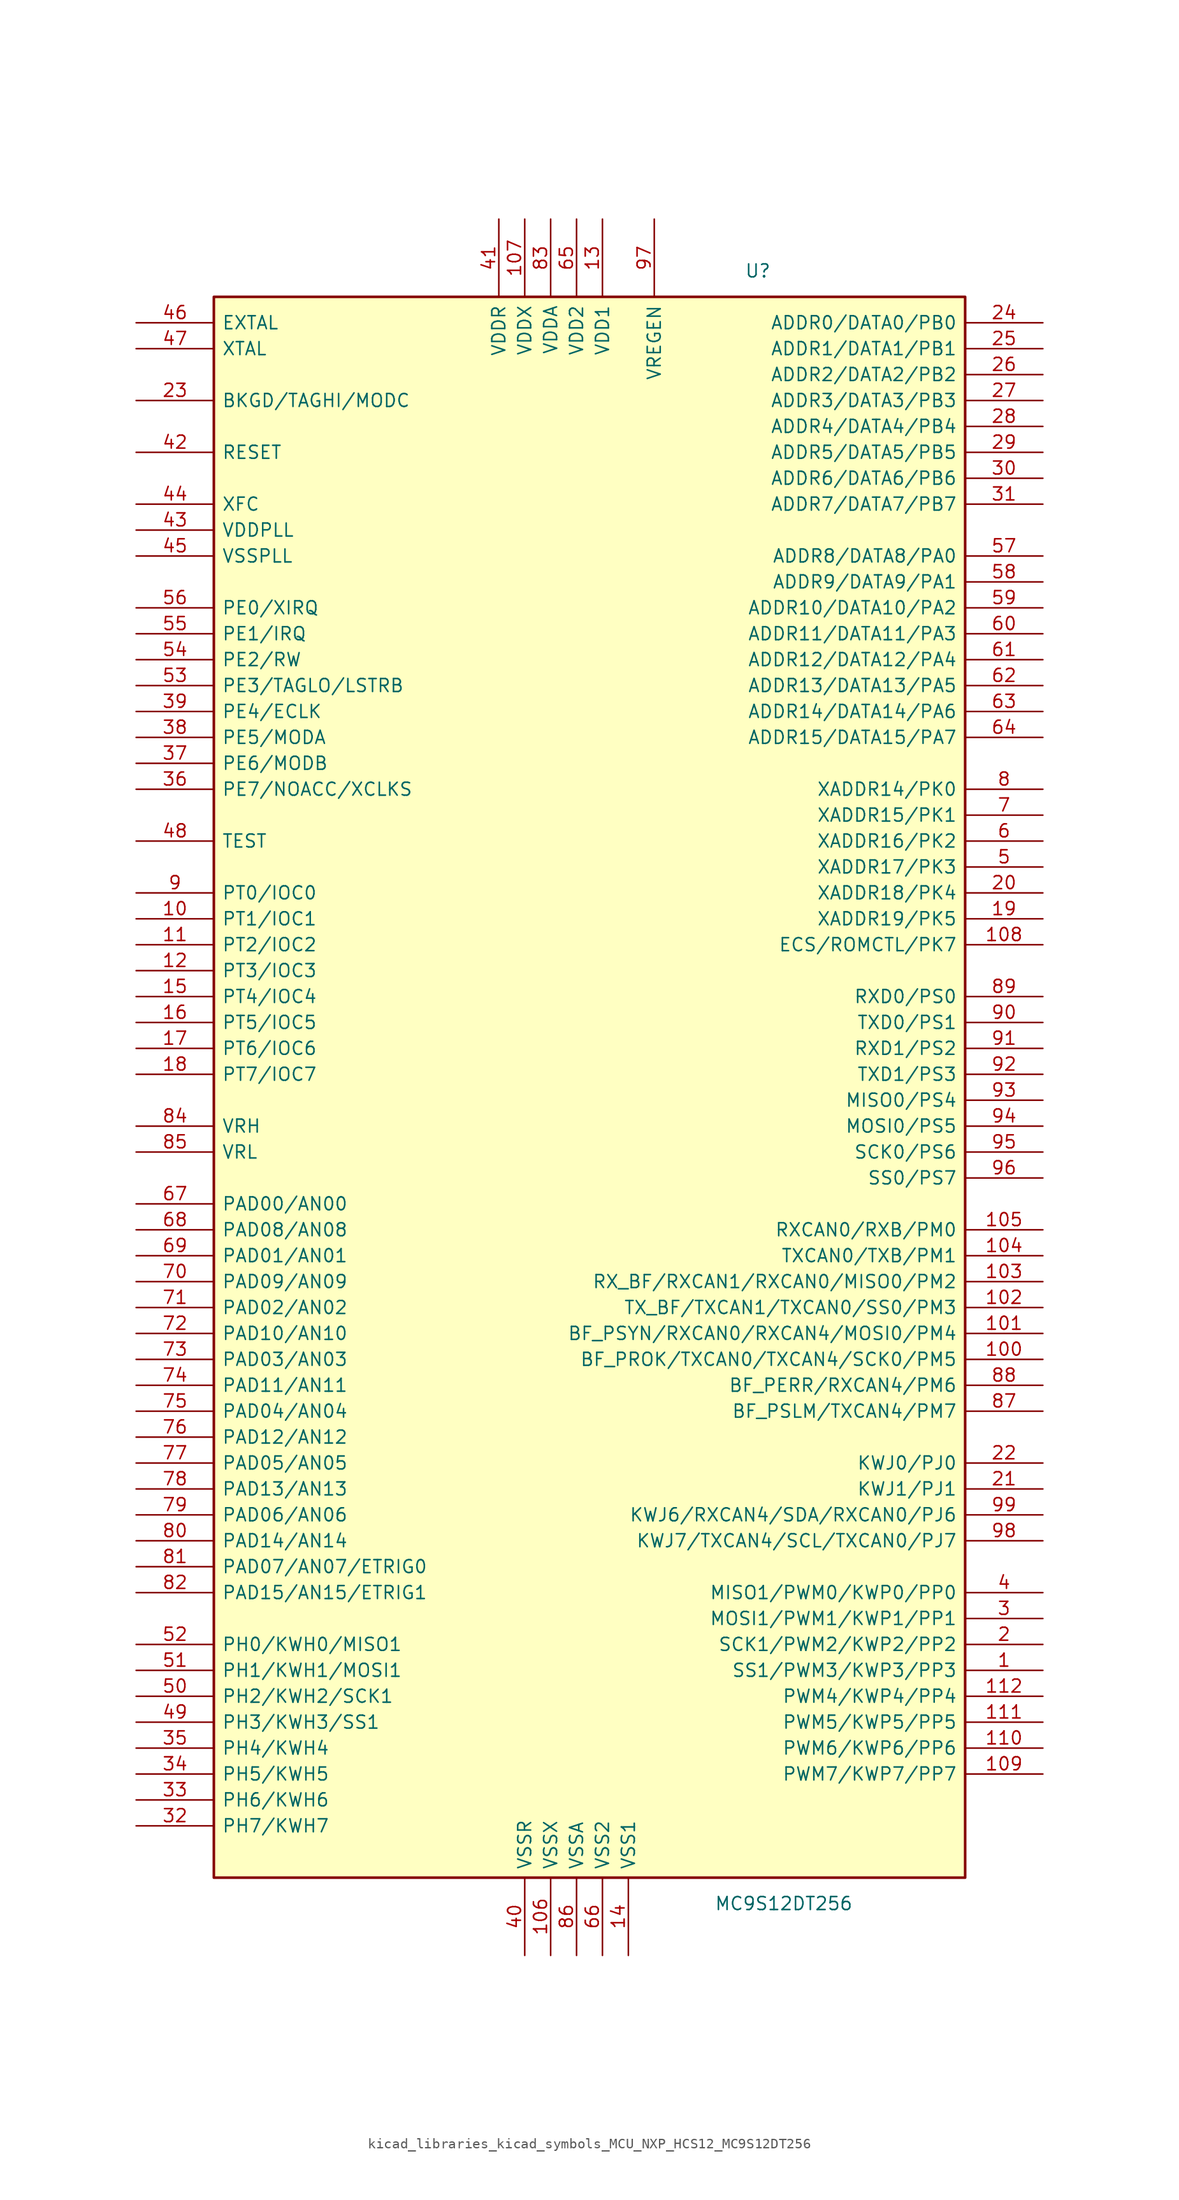
<source format=kicad_sym>
(kicad_symbol_lib
  (version 20220914)
  (generator kicad_symbol_editor)
  (symbol "kicad_libraries_kicad_symbols_MCU_NXP_HCS12_MC9S12DT256"
    (pin_names
      (offset 0.762))
    (property "Reference" "U"
      (at 17.78 86.36 0)
      (effects (font (size 1.27 1.27))))
    (property "Value" "MC9S12DT256"
      (at 20.32 -73.66 0)
      (effects (font (size 1.27 1.27))))
    (symbol "kicad_libraries_kicad_symbols_MCU_NXP_HCS12_MC9S12DT256_0_1"
      (rectangle (start -35.56 83.82) (end 38.1 -71.12) (stroke (width 0.254) (type default)) (fill (type background))))
    (symbol "kicad_libraries_kicad_symbols_MCU_NXP_HCS12_MC9S12DT256_1_1"
      (pin bidirectional line (at 45.72 -50.8 180) (length 7.62) (name "SS1/PWM3/KWP3/PP3" (effects (font (size 1.27 1.27)))) (number "1" (effects (font (size 1.27 1.27)))))
      (pin bidirectional line (at -43.18 22.86 0) (length 7.62) (name "PT1/IOC1" (effects (font (size 1.27 1.27)))) (number "10" (effects (font (size 1.27 1.27)))))
      (pin bidirectional line (at 45.72 -20.32 180) (length 7.62) (name "BF_PROK/TXCAN0/TXCAN4/SCK0/PM5" (effects (font (size 1.27 1.27)))) (number "100" (effects (font (size 1.27 1.27)))))
      (pin bidirectional line (at 45.72 -17.78 180) (length 7.62) (name "BF_PSYN/RXCAN0/RXCAN4/MOSI0/PM4" (effects (font (size 1.27 1.27)))) (number "101" (effects (font (size 1.27 1.27)))))
      (pin bidirectional line (at 45.72 -15.24 180) (length 7.62) (name "TX_BF/TXCAN1/TXCAN0/SS0/PM3" (effects (font (size 1.27 1.27)))) (number "102" (effects (font (size 1.27 1.27)))))
      (pin bidirectional line (at 45.72 -12.7 180) (length 7.62) (name "RX_BF/RXCAN1/RXCAN0/MISO0/PM2" (effects (font (size 1.27 1.27)))) (number "103" (effects (font (size 1.27 1.27)))))
      (pin bidirectional line (at 45.72 -10.16 180) (length 7.62) (name "TXCAN0/TXB/PM1" (effects (font (size 1.27 1.27)))) (number "104" (effects (font (size 1.27 1.27)))))
      (pin bidirectional line (at 45.72 -7.62 180) (length 7.62) (name "RXCAN0/RXB/PM0" (effects (font (size 1.27 1.27)))) (number "105" (effects (font (size 1.27 1.27)))))
      (pin power_in line (at -2.54 -78.74 90) (length 7.62) (name "VSSX" (effects (font (size 1.27 1.27)))) (number "106" (effects (font (size 1.27 1.27)))))
      (pin power_in line (at -5.08 91.44 270) (length 7.62) (name "VDDX" (effects (font (size 1.27 1.27)))) (number "107" (effects (font (size 1.27 1.27)))))
      (pin bidirectional line (at 45.72 20.32 180) (length 7.62) (name "ECS/ROMCTL/PK7" (effects (font (size 1.27 1.27)))) (number "108" (effects (font (size 1.27 1.27)))))
      (pin bidirectional line (at 45.72 -60.96 180) (length 7.62) (name "PWM7/KWP7/PP7" (effects (font (size 1.27 1.27)))) (number "109" (effects (font (size 1.27 1.27)))))
      (pin bidirectional line (at -43.18 20.32 0) (length 7.62) (name "PT2/IOC2" (effects (font (size 1.27 1.27)))) (number "11" (effects (font (size 1.27 1.27)))))
      (pin bidirectional line (at 45.72 -58.42 180) (length 7.62) (name "PWM6/KWP6/PP6" (effects (font (size 1.27 1.27)))) (number "110" (effects (font (size 1.27 1.27)))))
      (pin bidirectional line (at 45.72 -55.88 180) (length 7.62) (name "PWM5/KWP5/PP5" (effects (font (size 1.27 1.27)))) (number "111" (effects (font (size 1.27 1.27)))))
      (pin bidirectional line (at 45.72 -53.34 180) (length 7.62) (name "PWM4/KWP4/PP4" (effects (font (size 1.27 1.27)))) (number "112" (effects (font (size 1.27 1.27)))))
      (pin bidirectional line (at -43.18 17.78 0) (length 7.62) (name "PT3/IOC3" (effects (font (size 1.27 1.27)))) (number "12" (effects (font (size 1.27 1.27)))))
      (pin power_in line (at 2.54 91.44 270) (length 7.62) (name "VDD1" (effects (font (size 1.27 1.27)))) (number "13" (effects (font (size 1.27 1.27)))))
      (pin power_in line (at 5.08 -78.74 90) (length 7.62) (name "VSS1" (effects (font (size 1.27 1.27)))) (number "14" (effects (font (size 1.27 1.27)))))
      (pin bidirectional line (at -43.18 15.24 0) (length 7.62) (name "PT4/IOC4" (effects (font (size 1.27 1.27)))) (number "15" (effects (font (size 1.27 1.27)))))
      (pin bidirectional line (at -43.18 12.7 0) (length 7.62) (name "PT5/IOC5" (effects (font (size 1.27 1.27)))) (number "16" (effects (font (size 1.27 1.27)))))
      (pin bidirectional line (at -43.18 10.16 0) (length 7.62) (name "PT6/IOC6" (effects (font (size 1.27 1.27)))) (number "17" (effects (font (size 1.27 1.27)))))
      (pin bidirectional line (at -43.18 7.62 0) (length 7.62) (name "PT7/IOC7" (effects (font (size 1.27 1.27)))) (number "18" (effects (font (size 1.27 1.27)))))
      (pin bidirectional line (at 45.72 22.86 180) (length 7.62) (name "XADDR19/PK5" (effects (font (size 1.27 1.27)))) (number "19" (effects (font (size 1.27 1.27)))))
      (pin bidirectional line (at 45.72 -48.26 180) (length 7.62) (name "SCK1/PWM2/KWP2/PP2" (effects (font (size 1.27 1.27)))) (number "2" (effects (font (size 1.27 1.27)))))
      (pin bidirectional line (at 45.72 25.4 180) (length 7.62) (name "XADDR18/PK4" (effects (font (size 1.27 1.27)))) (number "20" (effects (font (size 1.27 1.27)))))
      (pin bidirectional line (at 45.72 -33.02 180) (length 7.62) (name "KWJ1/PJ1" (effects (font (size 1.27 1.27)))) (number "21" (effects (font (size 1.27 1.27)))))
      (pin bidirectional line (at 45.72 -30.48 180) (length 7.62) (name "KWJ0/PJ0" (effects (font (size 1.27 1.27)))) (number "22" (effects (font (size 1.27 1.27)))))
      (pin bidirectional line (at -43.18 73.66 0) (length 7.62) (name "BKGD/TAGHI/MODC" (effects (font (size 1.27 1.27)))) (number "23" (effects (font (size 1.27 1.27)))))
      (pin bidirectional line (at 45.72 81.28 180) (length 7.62) (name "ADDR0/DATA0/PB0" (effects (font (size 1.27 1.27)))) (number "24" (effects (font (size 1.27 1.27)))))
      (pin bidirectional line (at 45.72 78.74 180) (length 7.62) (name "ADDR1/DATA1/PB1" (effects (font (size 1.27 1.27)))) (number "25" (effects (font (size 1.27 1.27)))))
      (pin bidirectional line (at 45.72 76.2 180) (length 7.62) (name "ADDR2/DATA2/PB2" (effects (font (size 1.27 1.27)))) (number "26" (effects (font (size 1.27 1.27)))))
      (pin bidirectional line (at 45.72 73.66 180) (length 7.62) (name "ADDR3/DATA3/PB3" (effects (font (size 1.27 1.27)))) (number "27" (effects (font (size 1.27 1.27)))))
      (pin bidirectional line (at 45.72 71.12 180) (length 7.62) (name "ADDR4/DATA4/PB4" (effects (font (size 1.27 1.27)))) (number "28" (effects (font (size 1.27 1.27)))))
      (pin bidirectional line (at 45.72 68.58 180) (length 7.62) (name "ADDR5/DATA5/PB5" (effects (font (size 1.27 1.27)))) (number "29" (effects (font (size 1.27 1.27)))))
      (pin bidirectional line (at 45.72 -45.72 180) (length 7.62) (name "MOSI1/PWM1/KWP1/PP1" (effects (font (size 1.27 1.27)))) (number "3" (effects (font (size 1.27 1.27)))))
      (pin bidirectional line (at 45.72 66.04 180) (length 7.62) (name "ADDR6/DATA6/PB6" (effects (font (size 1.27 1.27)))) (number "30" (effects (font (size 1.27 1.27)))))
      (pin bidirectional line (at 45.72 63.5 180) (length 7.62) (name "ADDR7/DATA7/PB7" (effects (font (size 1.27 1.27)))) (number "31" (effects (font (size 1.27 1.27)))))
      (pin bidirectional line (at -43.18 -66.04 0) (length 7.62) (name "PH7/KWH7" (effects (font (size 1.27 1.27)))) (number "32" (effects (font (size 1.27 1.27)))))
      (pin bidirectional line (at -43.18 -63.5 0) (length 7.62) (name "PH6/KWH6" (effects (font (size 1.27 1.27)))) (number "33" (effects (font (size 1.27 1.27)))))
      (pin bidirectional line (at -43.18 -60.96 0) (length 7.62) (name "PH5/KWH5" (effects (font (size 1.27 1.27)))) (number "34" (effects (font (size 1.27 1.27)))))
      (pin bidirectional line (at -43.18 -58.42 0) (length 7.62) (name "PH4/KWH4" (effects (font (size 1.27 1.27)))) (number "35" (effects (font (size 1.27 1.27)))))
      (pin bidirectional line (at -43.18 35.56 0) (length 7.62) (name "PE7/NOACC/XCLKS" (effects (font (size 1.27 1.27)))) (number "36" (effects (font (size 1.27 1.27)))))
      (pin bidirectional line (at -43.18 38.1 0) (length 7.62) (name "PE6/MODB" (effects (font (size 1.27 1.27)))) (number "37" (effects (font (size 1.27 1.27)))))
      (pin bidirectional line (at -43.18 40.64 0) (length 7.62) (name "PE5/MODA" (effects (font (size 1.27 1.27)))) (number "38" (effects (font (size 1.27 1.27)))))
      (pin bidirectional line (at -43.18 43.18 0) (length 7.62) (name "PE4/ECLK" (effects (font (size 1.27 1.27)))) (number "39" (effects (font (size 1.27 1.27)))))
      (pin bidirectional line (at 45.72 -43.18 180) (length 7.62) (name "MISO1/PWM0/KWP0/PP0" (effects (font (size 1.27 1.27)))) (number "4" (effects (font (size 1.27 1.27)))))
      (pin power_in line (at -5.08 -78.74 90) (length 7.62) (name "VSSR" (effects (font (size 1.27 1.27)))) (number "40" (effects (font (size 1.27 1.27)))))
      (pin power_in line (at -7.62 91.44 270) (length 7.62) (name "VDDR" (effects (font (size 1.27 1.27)))) (number "41" (effects (font (size 1.27 1.27)))))
      (pin bidirectional line (at -43.18 68.58 0) (length 7.62) (name "RESET" (effects (font (size 1.27 1.27)))) (number "42" (effects (font (size 1.27 1.27)))))
      (pin power_in line (at -43.18 60.96 0) (length 7.62) (name "VDDPLL" (effects (font (size 1.27 1.27)))) (number "43" (effects (font (size 1.27 1.27)))))
      (pin bidirectional line (at -43.18 63.5 0) (length 7.62) (name "XFC" (effects (font (size 1.27 1.27)))) (number "44" (effects (font (size 1.27 1.27)))))
      (pin bidirectional line (at -43.18 58.42 0) (length 7.62) (name "VSSPLL" (effects (font (size 1.27 1.27)))) (number "45" (effects (font (size 1.27 1.27)))))
      (pin input line (at -43.18 81.28 0) (length 7.62) (name "EXTAL" (effects (font (size 1.27 1.27)))) (number "46" (effects (font (size 1.27 1.27)))))
      (pin output line (at -43.18 78.74 0) (length 7.62) (name "XTAL" (effects (font (size 1.27 1.27)))) (number "47" (effects (font (size 1.27 1.27)))))
      (pin input line (at -43.18 30.48 0) (length 7.62) (name "TEST" (effects (font (size 1.27 1.27)))) (number "48" (effects (font (size 1.27 1.27)))))
      (pin bidirectional line (at -43.18 -55.88 0) (length 7.62) (name "PH3/KWH3/SS1" (effects (font (size 1.27 1.27)))) (number "49" (effects (font (size 1.27 1.27)))))
      (pin bidirectional line (at 45.72 27.94 180) (length 7.62) (name "XADDR17/PK3" (effects (font (size 1.27 1.27)))) (number "5" (effects (font (size 1.27 1.27)))))
      (pin bidirectional line (at -43.18 -53.34 0) (length 7.62) (name "PH2/KWH2/SCK1" (effects (font (size 1.27 1.27)))) (number "50" (effects (font (size 1.27 1.27)))))
      (pin bidirectional line (at -43.18 -50.8 0) (length 7.62) (name "PH1/KWH1/MOSI1" (effects (font (size 1.27 1.27)))) (number "51" (effects (font (size 1.27 1.27)))))
      (pin bidirectional line (at -43.18 -48.26 0) (length 7.62) (name "PH0/KWH0/MISO1" (effects (font (size 1.27 1.27)))) (number "52" (effects (font (size 1.27 1.27)))))
      (pin bidirectional line (at -43.18 45.72 0) (length 7.62) (name "PE3/TAGLO/LSTRB" (effects (font (size 1.27 1.27)))) (number "53" (effects (font (size 1.27 1.27)))))
      (pin bidirectional line (at -43.18 48.26 0) (length 7.62) (name "PE2/RW" (effects (font (size 1.27 1.27)))) (number "54" (effects (font (size 1.27 1.27)))))
      (pin input line (at -43.18 50.8 0) (length 7.62) (name "PE1/IRQ" (effects (font (size 1.27 1.27)))) (number "55" (effects (font (size 1.27 1.27)))))
      (pin input line (at -43.18 53.34 0) (length 7.62) (name "PE0/XIRQ" (effects (font (size 1.27 1.27)))) (number "56" (effects (font (size 1.27 1.27)))))
      (pin bidirectional line (at 45.72 58.42 180) (length 7.62) (name "ADDR8/DATA8/PA0" (effects (font (size 1.27 1.27)))) (number "57" (effects (font (size 1.27 1.27)))))
      (pin bidirectional line (at 45.72 55.88 180) (length 7.62) (name "ADDR9/DATA9/PA1" (effects (font (size 1.27 1.27)))) (number "58" (effects (font (size 1.27 1.27)))))
      (pin bidirectional line (at 45.72 53.34 180) (length 7.62) (name "ADDR10/DATA10/PA2" (effects (font (size 1.27 1.27)))) (number "59" (effects (font (size 1.27 1.27)))))
      (pin bidirectional line (at 45.72 30.48 180) (length 7.62) (name "XADDR16/PK2" (effects (font (size 1.27 1.27)))) (number "6" (effects (font (size 1.27 1.27)))))
      (pin bidirectional line (at 45.72 50.8 180) (length 7.62) (name "ADDR11/DATA11/PA3" (effects (font (size 1.27 1.27)))) (number "60" (effects (font (size 1.27 1.27)))))
      (pin bidirectional line (at 45.72 48.26 180) (length 7.62) (name "ADDR12/DATA12/PA4" (effects (font (size 1.27 1.27)))) (number "61" (effects (font (size 1.27 1.27)))))
      (pin bidirectional line (at 45.72 45.72 180) (length 7.62) (name "ADDR13/DATA13/PA5" (effects (font (size 1.27 1.27)))) (number "62" (effects (font (size 1.27 1.27)))))
      (pin bidirectional line (at 45.72 43.18 180) (length 7.62) (name "ADDR14/DATA14/PA6" (effects (font (size 1.27 1.27)))) (number "63" (effects (font (size 1.27 1.27)))))
      (pin bidirectional line (at 45.72 40.64 180) (length 7.62) (name "ADDR15/DATA15/PA7" (effects (font (size 1.27 1.27)))) (number "64" (effects (font (size 1.27 1.27)))))
      (pin power_in line (at 0 91.44 270) (length 7.62) (name "VDD2" (effects (font (size 1.27 1.27)))) (number "65" (effects (font (size 1.27 1.27)))))
      (pin power_in line (at 2.54 -78.74 90) (length 7.62) (name "VSS2" (effects (font (size 1.27 1.27)))) (number "66" (effects (font (size 1.27 1.27)))))
      (pin input line (at -43.18 -5.08 0) (length 7.62) (name "PAD00/AN00" (effects (font (size 1.27 1.27)))) (number "67" (effects (font (size 1.27 1.27)))))
      (pin input line (at -43.18 -7.62 0) (length 7.62) (name "PAD08/AN08" (effects (font (size 1.27 1.27)))) (number "68" (effects (font (size 1.27 1.27)))))
      (pin input line (at -43.18 -10.16 0) (length 7.62) (name "PAD01/AN01" (effects (font (size 1.27 1.27)))) (number "69" (effects (font (size 1.27 1.27)))))
      (pin bidirectional line (at 45.72 33.02 180) (length 7.62) (name "XADDR15/PK1" (effects (font (size 1.27 1.27)))) (number "7" (effects (font (size 1.27 1.27)))))
      (pin input line (at -43.18 -12.7 0) (length 7.62) (name "PAD09/AN09" (effects (font (size 1.27 1.27)))) (number "70" (effects (font (size 1.27 1.27)))))
      (pin input line (at -43.18 -15.24 0) (length 7.62) (name "PAD02/AN02" (effects (font (size 1.27 1.27)))) (number "71" (effects (font (size 1.27 1.27)))))
      (pin input line (at -43.18 -17.78 0) (length 7.62) (name "PAD10/AN10" (effects (font (size 1.27 1.27)))) (number "72" (effects (font (size 1.27 1.27)))))
      (pin input line (at -43.18 -20.32 0) (length 7.62) (name "PAD03/AN03" (effects (font (size 1.27 1.27)))) (number "73" (effects (font (size 1.27 1.27)))))
      (pin input line (at -43.18 -22.86 0) (length 7.62) (name "PAD11/AN11" (effects (font (size 1.27 1.27)))) (number "74" (effects (font (size 1.27 1.27)))))
      (pin input line (at -43.18 -25.4 0) (length 7.62) (name "PAD04/AN04" (effects (font (size 1.27 1.27)))) (number "75" (effects (font (size 1.27 1.27)))))
      (pin input line (at -43.18 -27.94 0) (length 7.62) (name "PAD12/AN12" (effects (font (size 1.27 1.27)))) (number "76" (effects (font (size 1.27 1.27)))))
      (pin input line (at -43.18 -30.48 0) (length 7.62) (name "PAD05/AN05" (effects (font (size 1.27 1.27)))) (number "77" (effects (font (size 1.27 1.27)))))
      (pin input line (at -43.18 -33.02 0) (length 7.62) (name "PAD13/AN13" (effects (font (size 1.27 1.27)))) (number "78" (effects (font (size 1.27 1.27)))))
      (pin input line (at -43.18 -35.56 0) (length 7.62) (name "PAD06/AN06" (effects (font (size 1.27 1.27)))) (number "79" (effects (font (size 1.27 1.27)))))
      (pin bidirectional line (at 45.72 35.56 180) (length 7.62) (name "XADDR14/PK0" (effects (font (size 1.27 1.27)))) (number "8" (effects (font (size 1.27 1.27)))))
      (pin input line (at -43.18 -38.1 0) (length 7.62) (name "PAD14/AN14" (effects (font (size 1.27 1.27)))) (number "80" (effects (font (size 1.27 1.27)))))
      (pin input line (at -43.18 -40.64 0) (length 7.62) (name "PAD07/AN07/ETRIG0" (effects (font (size 1.27 1.27)))) (number "81" (effects (font (size 1.27 1.27)))))
      (pin input line (at -43.18 -43.18 0) (length 7.62) (name "PAD15/AN15/ETRIG1" (effects (font (size 1.27 1.27)))) (number "82" (effects (font (size 1.27 1.27)))))
      (pin power_in line (at -2.54 91.44 270) (length 7.62) (name "VDDA" (effects (font (size 1.27 1.27)))) (number "83" (effects (font (size 1.27 1.27)))))
      (pin passive line (at -43.18 2.54 0) (length 7.62) (name "VRH" (effects (font (size 1.27 1.27)))) (number "84" (effects (font (size 1.27 1.27)))))
      (pin passive line (at -43.18 0 0) (length 7.62) (name "VRL" (effects (font (size 1.27 1.27)))) (number "85" (effects (font (size 1.27 1.27)))))
      (pin power_in line (at 0 -78.74 90) (length 7.62) (name "VSSA" (effects (font (size 1.27 1.27)))) (number "86" (effects (font (size 1.27 1.27)))))
      (pin bidirectional line (at 45.72 -25.4 180) (length 7.62) (name "BF_PSLM/TXCAN4/PM7" (effects (font (size 1.27 1.27)))) (number "87" (effects (font (size 1.27 1.27)))))
      (pin bidirectional line (at 45.72 -22.86 180) (length 7.62) (name "BF_PERR/RXCAN4/PM6" (effects (font (size 1.27 1.27)))) (number "88" (effects (font (size 1.27 1.27)))))
      (pin bidirectional line (at 45.72 15.24 180) (length 7.62) (name "RXD0/PS0" (effects (font (size 1.27 1.27)))) (number "89" (effects (font (size 1.27 1.27)))))
      (pin bidirectional line (at -43.18 25.4 0) (length 7.62) (name "PT0/IOC0" (effects (font (size 1.27 1.27)))) (number "9" (effects (font (size 1.27 1.27)))))
      (pin bidirectional line (at 45.72 12.7 180) (length 7.62) (name "TXD0/PS1" (effects (font (size 1.27 1.27)))) (number "90" (effects (font (size 1.27 1.27)))))
      (pin bidirectional line (at 45.72 10.16 180) (length 7.62) (name "RXD1/PS2" (effects (font (size 1.27 1.27)))) (number "91" (effects (font (size 1.27 1.27)))))
      (pin bidirectional line (at 45.72 7.62 180) (length 7.62) (name "TXD1/PS3" (effects (font (size 1.27 1.27)))) (number "92" (effects (font (size 1.27 1.27)))))
      (pin bidirectional line (at 45.72 5.08 180) (length 7.62) (name "MISO0/PS4" (effects (font (size 1.27 1.27)))) (number "93" (effects (font (size 1.27 1.27)))))
      (pin bidirectional line (at 45.72 2.54 180) (length 7.62) (name "MOSI0/PS5" (effects (font (size 1.27 1.27)))) (number "94" (effects (font (size 1.27 1.27)))))
      (pin bidirectional line (at 45.72 0 180) (length 7.62) (name "SCK0/PS6" (effects (font (size 1.27 1.27)))) (number "95" (effects (font (size 1.27 1.27)))))
      (pin bidirectional line (at 45.72 -2.54 180) (length 7.62) (name "SS0/PS7" (effects (font (size 1.27 1.27)))) (number "96" (effects (font (size 1.27 1.27)))))
      (pin input line (at 7.62 91.44 270) (length 7.62) (name "VREGEN" (effects (font (size 1.27 1.27)))) (number "97" (effects (font (size 1.27 1.27)))))
      (pin bidirectional line (at 45.72 -38.1 180) (length 7.62) (name "KWJ7/TXCAN4/SCL/TXCAN0/PJ7" (effects (font (size 1.27 1.27)))) (number "98" (effects (font (size 1.27 1.27)))))
      (pin bidirectional line (at 45.72 -35.56 180) (length 7.62) (name "KWJ6/RXCAN4/SDA/RXCAN0/PJ6" (effects (font (size 1.27 1.27)))) (number "99" (effects (font (size 1.27 1.27))))))))
</source>
